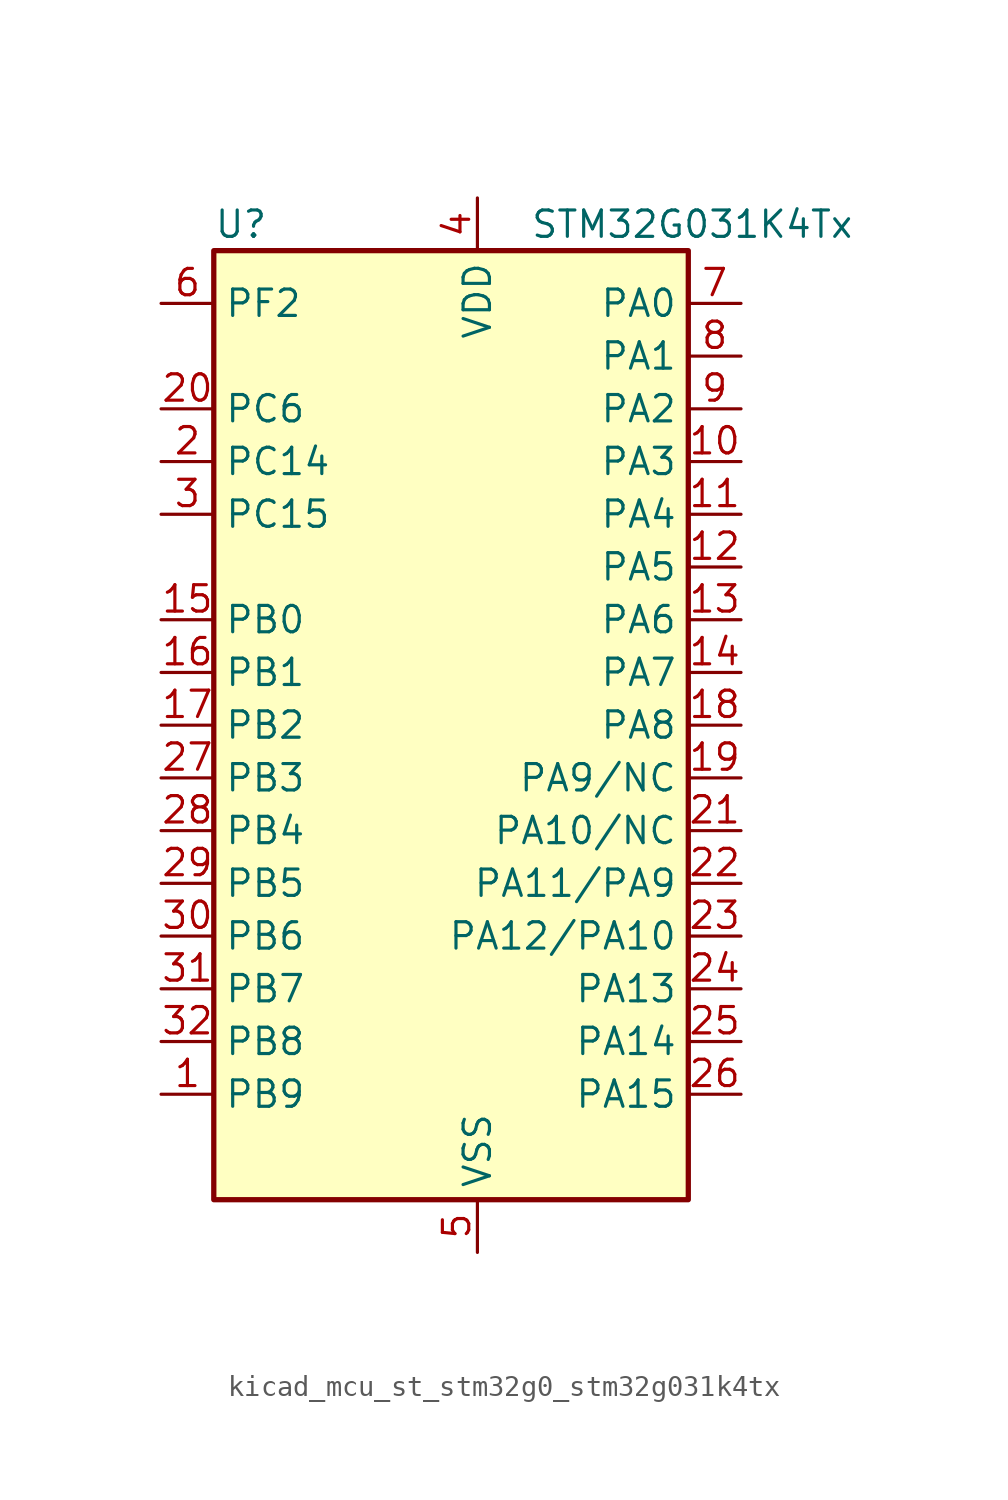
<source format=kicad_sym>
(kicad_symbol_lib
  (version 20220914)
  (generator kicad_symbol_editor)
  (symbol "kicad_mcu_st_stm32g0_stm32g031k4tx"
    (property "Reference" "U"
      (at -10.16 24.13 0)
      (effects (font (size 1.27 1.27)) (justify left)))
    (property "Value" "STM32G031K4Tx"
      (at 5.08 24.13 0)
      (effects (font (size 1.27 1.27)) (justify left)))
    (property "ki_locked" ""
      (at 0 0 0)
      (effects (font (size 1.27 1.27))))
    (symbol "kicad_mcu_st_stm32g0_stm32g031k4tx_0_1"
      (rectangle (start -10.16 -22.86) (end 12.7 22.86) (stroke (width 0.254) (type default)) (fill (type background))))
    (symbol "kicad_mcu_st_stm32g0_stm32g031k4tx_1_1"
      (pin bidirectional line (at -12.7 -17.78 0) (length 2.54) (name "PB9" (effects (font (size 1.27 1.27)))) (number "1" (effects (font (size 1.27 1.27)))) (alternate "I2C1_SDA" bidirectional line) (alternate "IR_OUT" bidirectional line) (alternate "SPI2_NSS" bidirectional line) (alternate "TIM17_CH1" bidirectional line))
      (pin bidirectional line (at 15.24 12.7 180) (length 2.54) (name "PA3" (effects (font (size 1.27 1.27)))) (number "10" (effects (font (size 1.27 1.27)))) (alternate "ADC1_IN3" bidirectional line) (alternate "LPUART1_RX" bidirectional line) (alternate "SPI2_MISO" bidirectional line) (alternate "TIM2_CH4" bidirectional line) (alternate "USART2_RX" bidirectional line))
      (pin bidirectional line (at 15.24 10.16 180) (length 2.54) (name "PA4" (effects (font (size 1.27 1.27)))) (number "11" (effects (font (size 1.27 1.27)))) (alternate "ADC1_IN4" bidirectional line) (alternate "I2S1_WS" bidirectional line) (alternate "LPTIM2_OUT" bidirectional line) (alternate "RTC_OUT_ALARM" bidirectional line) (alternate "RTC_OUT_CALIB" bidirectional line) (alternate "RTC_TAMP_IN1" bidirectional line) (alternate "RTC_TS" bidirectional line) (alternate "SPI1_NSS" bidirectional line) (alternate "SPI2_MOSI" bidirectional line) (alternate "SYS_WKUP2" bidirectional line) (alternate "TIM14_CH1" bidirectional line))
      (pin bidirectional line (at 15.24 7.62 180) (length 2.54) (name "PA5" (effects (font (size 1.27 1.27)))) (number "12" (effects (font (size 1.27 1.27)))) (alternate "ADC1_IN5" bidirectional line) (alternate "I2S1_CK" bidirectional line) (alternate "LPTIM2_ETR" bidirectional line) (alternate "SPI1_SCK" bidirectional line) (alternate "TIM2_CH1" bidirectional line) (alternate "TIM2_ETR" bidirectional line))
      (pin bidirectional line (at 15.24 5.08 180) (length 2.54) (name "PA6" (effects (font (size 1.27 1.27)))) (number "13" (effects (font (size 1.27 1.27)))) (alternate "ADC1_IN6" bidirectional line) (alternate "I2S1_MCK" bidirectional line) (alternate "LPUART1_CTS" bidirectional line) (alternate "SPI1_MISO" bidirectional line) (alternate "TIM16_CH1" bidirectional line) (alternate "TIM1_BK" bidirectional line) (alternate "TIM3_CH1" bidirectional line))
      (pin bidirectional line (at 15.24 2.54 180) (length 2.54) (name "PA7" (effects (font (size 1.27 1.27)))) (number "14" (effects (font (size 1.27 1.27)))) (alternate "ADC1_IN7" bidirectional line) (alternate "I2S1_SD" bidirectional line) (alternate "SPI1_MOSI" bidirectional line) (alternate "TIM14_CH1" bidirectional line) (alternate "TIM17_CH1" bidirectional line) (alternate "TIM1_CH1N" bidirectional line) (alternate "TIM3_CH2" bidirectional line))
      (pin bidirectional line (at -12.7 5.08 0) (length 2.54) (name "PB0" (effects (font (size 1.27 1.27)))) (number "15" (effects (font (size 1.27 1.27)))) (alternate "ADC1_IN8" bidirectional line) (alternate "I2S1_WS" bidirectional line) (alternate "LPTIM1_OUT" bidirectional line) (alternate "SPI1_NSS" bidirectional line) (alternate "TIM1_CH2N" bidirectional line) (alternate "TIM3_CH3" bidirectional line))
      (pin bidirectional line (at -12.7 2.54 0) (length 2.54) (name "PB1" (effects (font (size 1.27 1.27)))) (number "16" (effects (font (size 1.27 1.27)))) (alternate "ADC1_IN9" bidirectional line) (alternate "LPTIM2_IN1" bidirectional line) (alternate "LPUART1_DE" bidirectional line) (alternate "LPUART1_RTS" bidirectional line) (alternate "TIM14_CH1" bidirectional line) (alternate "TIM1_CH3N" bidirectional line) (alternate "TIM3_CH4" bidirectional line))
      (pin bidirectional line (at -12.7 0 0) (length 2.54) (name "PB2" (effects (font (size 1.27 1.27)))) (number "17" (effects (font (size 1.27 1.27)))) (alternate "ADC1_IN10" bidirectional line) (alternate "LPTIM1_OUT" bidirectional line) (alternate "SPI2_MISO" bidirectional line))
      (pin bidirectional line (at 15.24 0 180) (length 2.54) (name "PA8" (effects (font (size 1.27 1.27)))) (number "18" (effects (font (size 1.27 1.27)))) (alternate "LPTIM2_OUT" bidirectional line) (alternate "RCC_MCO" bidirectional line) (alternate "SPI2_NSS" bidirectional line) (alternate "TIM1_CH1" bidirectional line))
      (pin bidirectional line (at 15.24 -2.54 180) (length 2.54) (name "PA9/NC" (effects (font (size 1.27 1.27)))) (number "19" (effects (font (size 1.27 1.27)))) (alternate "I2C1_SCL" bidirectional line) (alternate "RCC_MCO" bidirectional line) (alternate "SPI2_MISO" bidirectional line) (alternate "TIM1_CH2" bidirectional line) (alternate "USART1_TX" bidirectional line))
      (pin bidirectional line (at -12.7 12.7 0) (length 2.54) (name "PC14" (effects (font (size 1.27 1.27)))) (number "2" (effects (font (size 1.27 1.27)))) (alternate "RCC_OSC32_IN" bidirectional line) (alternate "RCC_OSC_IN" bidirectional line) (alternate "TIM1_BK2" bidirectional line))
      (pin bidirectional line (at -12.7 15.24 0) (length 2.54) (name "PC6" (effects (font (size 1.27 1.27)))) (number "20" (effects (font (size 1.27 1.27)))) (alternate "TIM2_CH3" bidirectional line) (alternate "TIM3_CH1" bidirectional line))
      (pin bidirectional line (at 15.24 -5.08 180) (length 2.54) (name "PA10/NC" (effects (font (size 1.27 1.27)))) (number "21" (effects (font (size 1.27 1.27)))) (alternate "I2C1_SDA" bidirectional line) (alternate "SPI2_MOSI" bidirectional line) (alternate "TIM17_BK" bidirectional line) (alternate "TIM1_CH3" bidirectional line) (alternate "USART1_RX" bidirectional line))
      (pin bidirectional line (at 15.24 -7.62 180) (length 2.54) (name "PA11/PA9" (effects (font (size 1.27 1.27)))) (number "22" (effects (font (size 1.27 1.27)))) (alternate "ADC1_EXTI11" bidirectional line) (alternate "ADC1_IN15" bidirectional line) (alternate "I2C2_SCL" bidirectional line) (alternate "I2S1_MCK" bidirectional line) (alternate "SPI1_MISO" bidirectional line) (alternate "TIM1_BK2" bidirectional line) (alternate "TIM1_CH4" bidirectional line) (alternate "USART1_CTS" bidirectional line) (alternate "USART1_NSS" bidirectional line))
      (pin bidirectional line (at 15.24 -10.16 180) (length 2.54) (name "PA12/PA10" (effects (font (size 1.27 1.27)))) (number "23" (effects (font (size 1.27 1.27)))) (alternate "ADC1_IN16" bidirectional line) (alternate "I2C2_SDA" bidirectional line) (alternate "I2S1_SD" bidirectional line) (alternate "I2S_CKIN" bidirectional line) (alternate "SPI1_MOSI" bidirectional line) (alternate "TIM1_ETR" bidirectional line) (alternate "USART1_CK" bidirectional line) (alternate "USART1_DE" bidirectional line) (alternate "USART1_RTS" bidirectional line))
      (pin bidirectional line (at 15.24 -12.7 180) (length 2.54) (name "PA13" (effects (font (size 1.27 1.27)))) (number "24" (effects (font (size 1.27 1.27)))) (alternate "ADC1_IN17" bidirectional line) (alternate "IR_OUT" bidirectional line) (alternate "SYS_SWDIO" bidirectional line))
      (pin bidirectional line (at 15.24 -15.24 180) (length 2.54) (name "PA14" (effects (font (size 1.27 1.27)))) (number "25" (effects (font (size 1.27 1.27)))) (alternate "ADC1_IN18" bidirectional line) (alternate "SYS_SWCLK" bidirectional line) (alternate "USART2_TX" bidirectional line))
      (pin bidirectional line (at 15.24 -17.78 180) (length 2.54) (name "PA15" (effects (font (size 1.27 1.27)))) (number "26" (effects (font (size 1.27 1.27)))) (alternate "I2S1_WS" bidirectional line) (alternate "SPI1_NSS" bidirectional line) (alternate "TIM2_CH1" bidirectional line) (alternate "TIM2_ETR" bidirectional line) (alternate "USART2_RX" bidirectional line))
      (pin bidirectional line (at -12.7 -2.54 0) (length 2.54) (name "PB3" (effects (font (size 1.27 1.27)))) (number "27" (effects (font (size 1.27 1.27)))) (alternate "I2S1_CK" bidirectional line) (alternate "SPI1_SCK" bidirectional line) (alternate "TIM1_CH2" bidirectional line) (alternate "TIM2_CH2" bidirectional line) (alternate "USART1_CK" bidirectional line) (alternate "USART1_DE" bidirectional line) (alternate "USART1_RTS" bidirectional line))
      (pin bidirectional line (at -12.7 -5.08 0) (length 2.54) (name "PB4" (effects (font (size 1.27 1.27)))) (number "28" (effects (font (size 1.27 1.27)))) (alternate "I2S1_MCK" bidirectional line) (alternate "SPI1_MISO" bidirectional line) (alternate "TIM17_BK" bidirectional line) (alternate "TIM3_CH1" bidirectional line) (alternate "USART1_CTS" bidirectional line) (alternate "USART1_NSS" bidirectional line))
      (pin bidirectional line (at -12.7 -7.62 0) (length 2.54) (name "PB5" (effects (font (size 1.27 1.27)))) (number "29" (effects (font (size 1.27 1.27)))) (alternate "I2C1_SMBA" bidirectional line) (alternate "I2S1_SD" bidirectional line) (alternate "LPTIM1_IN1" bidirectional line) (alternate "SPI1_MOSI" bidirectional line) (alternate "SYS_WKUP6" bidirectional line) (alternate "TIM16_BK" bidirectional line) (alternate "TIM3_CH2" bidirectional line))
      (pin bidirectional line (at -12.7 10.16 0) (length 2.54) (name "PC15" (effects (font (size 1.27 1.27)))) (number "3" (effects (font (size 1.27 1.27)))) (alternate "RCC_OSC32_EN" bidirectional line) (alternate "RCC_OSC32_OUT" bidirectional line) (alternate "RCC_OSC_EN" bidirectional line))
      (pin bidirectional line (at -12.7 -10.16 0) (length 2.54) (name "PB6" (effects (font (size 1.27 1.27)))) (number "30" (effects (font (size 1.27 1.27)))) (alternate "I2C1_SCL" bidirectional line) (alternate "LPTIM1_ETR" bidirectional line) (alternate "SPI2_MISO" bidirectional line) (alternate "TIM16_CH1N" bidirectional line) (alternate "TIM1_CH3" bidirectional line) (alternate "USART1_TX" bidirectional line))
      (pin bidirectional line (at -12.7 -12.7 0) (length 2.54) (name "PB7" (effects (font (size 1.27 1.27)))) (number "31" (effects (font (size 1.27 1.27)))) (alternate "ADC1_IN11" bidirectional line) (alternate "I2C1_SDA" bidirectional line) (alternate "LPTIM1_IN2" bidirectional line) (alternate "SPI2_MOSI" bidirectional line) (alternate "SYS_PVD_IN" bidirectional line) (alternate "TIM17_CH1N" bidirectional line) (alternate "USART1_RX" bidirectional line))
      (pin bidirectional line (at -12.7 -15.24 0) (length 2.54) (name "PB8" (effects (font (size 1.27 1.27)))) (number "32" (effects (font (size 1.27 1.27)))) (alternate "I2C1_SCL" bidirectional line) (alternate "SPI2_SCK" bidirectional line) (alternate "TIM16_CH1" bidirectional line))
      (pin power_in line (at 2.54 25.4 270) (length 2.54) (name "VDD" (effects (font (size 1.27 1.27)))) (number "4" (effects (font (size 1.27 1.27)))))
      (pin power_in line (at 2.54 -25.4 90) (length 2.54) (name "VSS" (effects (font (size 1.27 1.27)))) (number "5" (effects (font (size 1.27 1.27)))))
      (pin bidirectional line (at -12.7 20.32 0) (length 2.54) (name "PF2" (effects (font (size 1.27 1.27)))) (number "6" (effects (font (size 1.27 1.27)))) (alternate "RCC_MCO" bidirectional line))
      (pin bidirectional line (at 15.24 20.32 180) (length 2.54) (name "PA0" (effects (font (size 1.27 1.27)))) (number "7" (effects (font (size 1.27 1.27)))) (alternate "ADC1_IN0" bidirectional line) (alternate "LPTIM1_OUT" bidirectional line) (alternate "RTC_TAMP_IN2" bidirectional line) (alternate "SPI2_SCK" bidirectional line) (alternate "SYS_WKUP1" bidirectional line) (alternate "TIM2_CH1" bidirectional line) (alternate "TIM2_ETR" bidirectional line) (alternate "USART2_CTS" bidirectional line) (alternate "USART2_NSS" bidirectional line))
      (pin bidirectional line (at 15.24 17.78 180) (length 2.54) (name "PA1" (effects (font (size 1.27 1.27)))) (number "8" (effects (font (size 1.27 1.27)))) (alternate "ADC1_IN1" bidirectional line) (alternate "I2C1_SMBA" bidirectional line) (alternate "I2S1_CK" bidirectional line) (alternate "SPI1_SCK" bidirectional line) (alternate "TIM2_CH2" bidirectional line) (alternate "USART2_CK" bidirectional line) (alternate "USART2_DE" bidirectional line) (alternate "USART2_RTS" bidirectional line))
      (pin bidirectional line (at 15.24 15.24 180) (length 2.54) (name "PA2" (effects (font (size 1.27 1.27)))) (number "9" (effects (font (size 1.27 1.27)))) (alternate "ADC1_IN2" bidirectional line) (alternate "I2S1_SD" bidirectional line) (alternate "LPUART1_TX" bidirectional line) (alternate "RCC_LSCO" bidirectional line) (alternate "SPI1_MOSI" bidirectional line) (alternate "SYS_WKUP4" bidirectional line) (alternate "TIM2_CH3" bidirectional line) (alternate "USART2_TX" bidirectional line)))))
</source>
